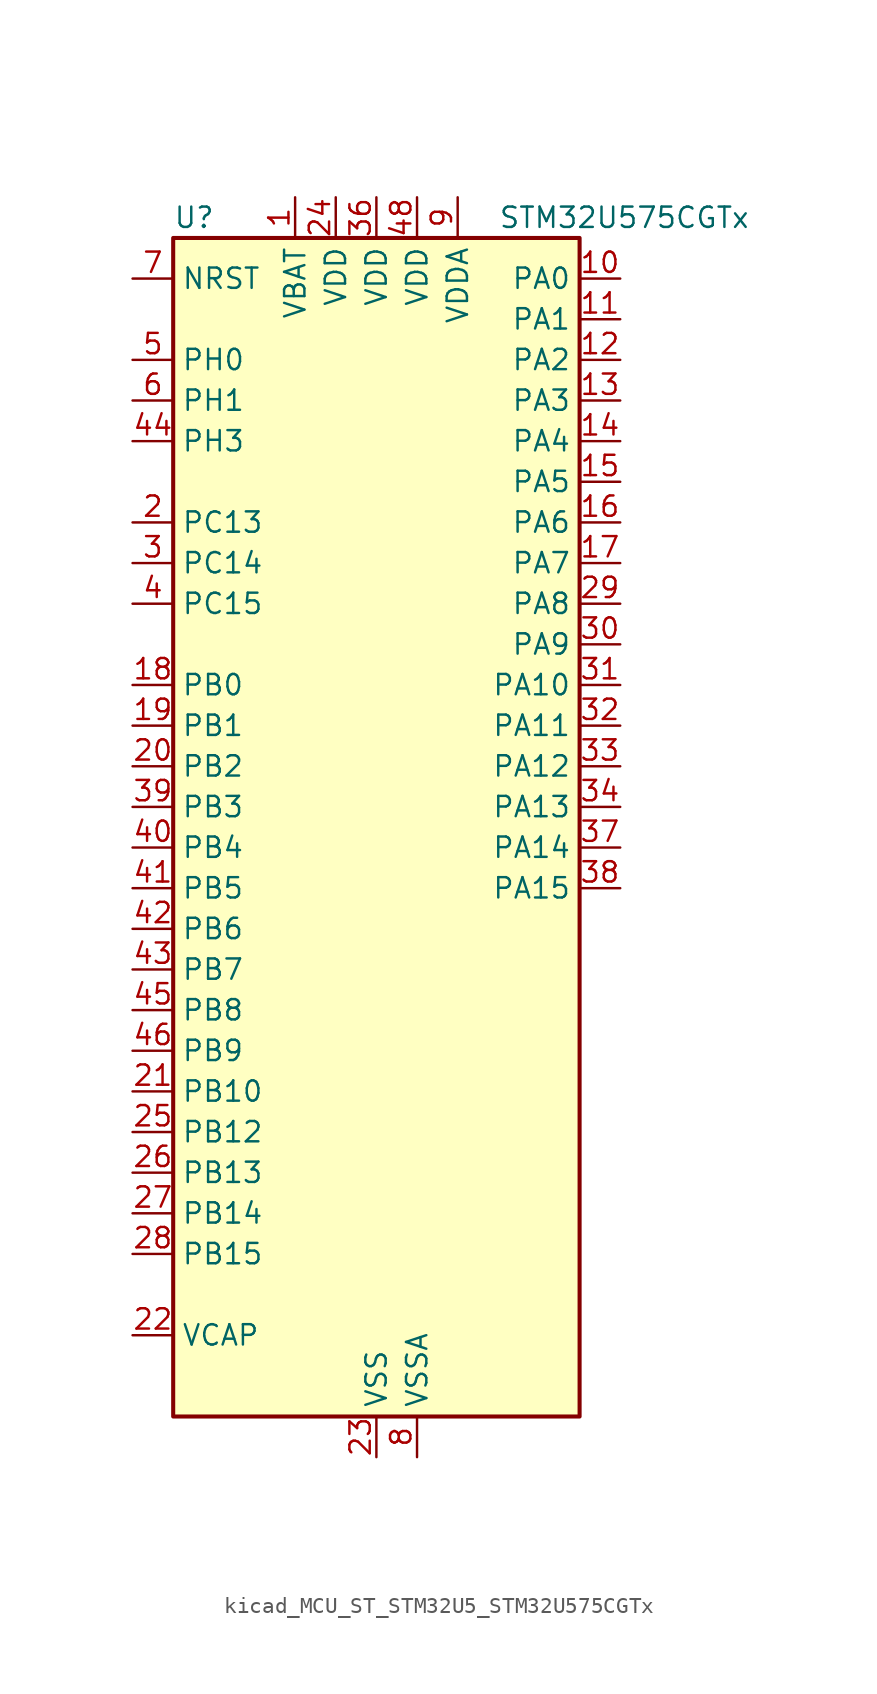
<source format=kicad_sym>
(kicad_symbol_lib
  (version 20220914)
  (generator kicad_symbol_editor)
  (symbol "kicad_MCU_ST_STM32U5_STM32U575CGTx"
    (property "Reference" "U"
      (at -12.7 39.37 0)
      (effects (font (size 1.27 1.27)) (justify left)))
    (property "Value" "STM32U575CGTx"
      (at 7.62 39.37 0)
      (effects (font (size 1.27 1.27)) (justify left)))
    (property "ki_locked" ""
      (at 0 0 0)
      (effects (font (size 1.27 1.27))))
    (symbol "kicad_MCU_ST_STM32U5_STM32U575CGTx_0_1"
      (rectangle (start -12.7 -35.56) (end 12.7 38.1) (stroke (width 0.254) (type default)) (fill (type background))))
    (symbol "kicad_MCU_ST_STM32U5_STM32U575CGTx_1_1"
      (pin power_in line (at -5.08 40.64 270) (length 2.54) (name "VBAT" (effects (font (size 1.27 1.27)))) (number "1" (effects (font (size 1.27 1.27)))))
      (pin bidirectional line (at 15.24 35.56 180) (length 2.54) (name "PA0" (effects (font (size 1.27 1.27)))) (number "10" (effects (font (size 1.27 1.27)))) (alternate "ADC1_IN5" bidirectional line) (alternate "AUDIOCLK" bidirectional line) (alternate "OCTOSPIM_P2_NCS" bidirectional line) (alternate "OPAMP1_VINP" bidirectional line) (alternate "PWR_WKUP1" bidirectional line) (alternate "SPI3_RDY" bidirectional line) (alternate "TAMP_IN2" bidirectional line) (alternate "TAMP_OUT1" bidirectional line) (alternate "TIM2_CH1" bidirectional line) (alternate "TIM2_ETR" bidirectional line) (alternate "TIM5_CH1" bidirectional line) (alternate "TIM8_ETR" bidirectional line) (alternate "UART4_TX" bidirectional line) (alternate "USART2_CTS" bidirectional line))
      (pin bidirectional line (at 15.24 33.02 180) (length 2.54) (name "PA1" (effects (font (size 1.27 1.27)))) (number "11" (effects (font (size 1.27 1.27)))) (alternate "ADC1_IN6" bidirectional line) (alternate "I2C1_SMBA" bidirectional line) (alternate "LPTIM1_CH2" bidirectional line) (alternate "OCTOSPIM_P1_DQS" bidirectional line) (alternate "OPAMP1_VINM" bidirectional line) (alternate "PWR_WKUP3" bidirectional line) (alternate "SPI1_SCK" bidirectional line) (alternate "TAMP_IN5" bidirectional line) (alternate "TAMP_OUT4" bidirectional line) (alternate "TIM15_CH1N" bidirectional line) (alternate "TIM2_CH2" bidirectional line) (alternate "TIM5_CH2" bidirectional line) (alternate "UART4_RX" bidirectional line) (alternate "USART2_DE" bidirectional line) (alternate "USART2_RTS" bidirectional line))
      (pin bidirectional line (at 15.24 30.48 180) (length 2.54) (name "PA2" (effects (font (size 1.27 1.27)))) (number "12" (effects (font (size 1.27 1.27)))) (alternate "ADC1_IN7" bidirectional line) (alternate "COMP1_INP" bidirectional line) (alternate "LPUART1_TX" bidirectional line) (alternate "OCTOSPIM_P1_NCS" bidirectional line) (alternate "PWR_WKUP4" bidirectional line) (alternate "RCC_LSCO" bidirectional line) (alternate "SPI1_RDY" bidirectional line) (alternate "TIM15_CH1" bidirectional line) (alternate "TIM2_CH3" bidirectional line) (alternate "TIM5_CH3" bidirectional line) (alternate "UCPD1_FRSTX1" bidirectional line) (alternate "USART2_TX" bidirectional line))
      (pin bidirectional line (at 15.24 27.94 180) (length 2.54) (name "PA3" (effects (font (size 1.27 1.27)))) (number "13" (effects (font (size 1.27 1.27)))) (alternate "ADC1_IN8" bidirectional line) (alternate "LPUART1_RX" bidirectional line) (alternate "OCTOSPIM_P1_CLK" bidirectional line) (alternate "OPAMP1_VOUT" bidirectional line) (alternate "PWR_WKUP5" bidirectional line) (alternate "SAI1_CK1" bidirectional line) (alternate "SAI1_MCLK_A" bidirectional line) (alternate "TIM15_CH2" bidirectional line) (alternate "TIM2_CH4" bidirectional line) (alternate "TIM5_CH4" bidirectional line) (alternate "USART2_RX" bidirectional line))
      (pin bidirectional line (at 15.24 25.4 180) (length 2.54) (name "PA4" (effects (font (size 1.27 1.27)))) (number "14" (effects (font (size 1.27 1.27)))) (alternate "ADC1_IN9" bidirectional line) (alternate "ADC4_IN9" bidirectional line) (alternate "DAC1_OUT1" bidirectional line) (alternate "LPTIM2_CH1" bidirectional line) (alternate "OCTOSPIM_P1_NCS" bidirectional line) (alternate "PWR_WKUP2" bidirectional line) (alternate "SAI1_FS_B" bidirectional line) (alternate "SPI1_NSS" bidirectional line) (alternate "SPI3_NSS" bidirectional line) (alternate "USART2_CK" bidirectional line))
      (pin bidirectional line (at 15.24 22.86 180) (length 2.54) (name "PA5" (effects (font (size 1.27 1.27)))) (number "15" (effects (font (size 1.27 1.27)))) (alternate "ADC1_IN10" bidirectional line) (alternate "ADC4_IN10" bidirectional line) (alternate "DAC1_OUT2" bidirectional line) (alternate "LPTIM2_ETR" bidirectional line) (alternate "PWR_CSLEEP" bidirectional line) (alternate "PWR_WKUP6" bidirectional line) (alternate "SPI1_SCK" bidirectional line) (alternate "TIM2_CH1" bidirectional line) (alternate "TIM2_ETR" bidirectional line) (alternate "TIM8_CH1N" bidirectional line) (alternate "USART3_RX" bidirectional line))
      (pin bidirectional line (at 15.24 20.32 180) (length 2.54) (name "PA6" (effects (font (size 1.27 1.27)))) (number "16" (effects (font (size 1.27 1.27)))) (alternate "ADC1_IN11" bidirectional line) (alternate "ADC4_IN11" bidirectional line) (alternate "LPUART1_CTS" bidirectional line) (alternate "OCTOSPIM_P1_IO3" bidirectional line) (alternate "OPAMP2_VINP" bidirectional line) (alternate "PWR_CDSTOP" bidirectional line) (alternate "PWR_WKUP7" bidirectional line) (alternate "SPI1_MISO" bidirectional line) (alternate "TIM16_CH1" bidirectional line) (alternate "TIM1_BKIN" bidirectional line) (alternate "TIM3_CH1" bidirectional line) (alternate "TIM8_BKIN" bidirectional line) (alternate "USART3_CTS" bidirectional line))
      (pin bidirectional line (at 15.24 17.78 180) (length 2.54) (name "PA7" (effects (font (size 1.27 1.27)))) (number "17" (effects (font (size 1.27 1.27)))) (alternate "ADC1_IN12" bidirectional line) (alternate "ADC4_IN20" bidirectional line) (alternate "I2C3_SCL" bidirectional line) (alternate "LPTIM2_CH2" bidirectional line) (alternate "OCTOSPIM_P1_IO2" bidirectional line) (alternate "OPAMP2_VINM" bidirectional line) (alternate "PWR_SRDSTOP" bidirectional line) (alternate "PWR_WKUP8" bidirectional line) (alternate "SPI1_MOSI" bidirectional line) (alternate "TIM17_CH1" bidirectional line) (alternate "TIM1_CH1N" bidirectional line) (alternate "TIM3_CH2" bidirectional line) (alternate "TIM8_CH1N" bidirectional line) (alternate "USART3_TX" bidirectional line))
      (pin bidirectional line (at -15.24 10.16 0) (length 2.54) (name "PB0" (effects (font (size 1.27 1.27)))) (number "18" (effects (font (size 1.27 1.27)))) (alternate "ADC1_IN15" bidirectional line) (alternate "ADC4_IN18" bidirectional line) (alternate "AUDIOCLK" bidirectional line) (alternate "COMP1_OUT" bidirectional line) (alternate "LPTIM3_CH1" bidirectional line) (alternate "OCTOSPIM_P1_IO1" bidirectional line) (alternate "OPAMP2_VOUT" bidirectional line) (alternate "SPI1_NSS" bidirectional line) (alternate "TIM1_CH2N" bidirectional line) (alternate "TIM3_CH3" bidirectional line) (alternate "TIM8_CH2N" bidirectional line) (alternate "USART3_CK" bidirectional line))
      (pin bidirectional line (at -15.24 7.62 0) (length 2.54) (name "PB1" (effects (font (size 1.27 1.27)))) (number "19" (effects (font (size 1.27 1.27)))) (alternate "ADC1_IN16" bidirectional line) (alternate "ADC4_IN19" bidirectional line) (alternate "COMP1_INM" bidirectional line) (alternate "LPTIM2_IN1" bidirectional line) (alternate "LPTIM3_CH2" bidirectional line) (alternate "LPUART1_DE" bidirectional line) (alternate "LPUART1_RTS" bidirectional line) (alternate "MDF1_SDI0" bidirectional line) (alternate "OCTOSPIM_P1_IO0" bidirectional line) (alternate "PWR_WKUP4" bidirectional line) (alternate "TIM1_CH3N" bidirectional line) (alternate "TIM3_CH4" bidirectional line) (alternate "TIM8_CH3N" bidirectional line) (alternate "USART3_DE" bidirectional line) (alternate "USART3_RTS" bidirectional line))
      (pin bidirectional line (at -15.24 20.32 0) (length 2.54) (name "PC13" (effects (font (size 1.27 1.27)))) (number "2" (effects (font (size 1.27 1.27)))) (alternate "PWR_WKUP2" bidirectional line) (alternate "RTC_OUT1" bidirectional line) (alternate "RTC_TS" bidirectional line) (alternate "TAMP_IN1" bidirectional line) (alternate "TAMP_OUT2" bidirectional line))
      (pin bidirectional line (at -15.24 5.08 0) (length 2.54) (name "PB2" (effects (font (size 1.27 1.27)))) (number "20" (effects (font (size 1.27 1.27)))) (alternate "ADC1_IN17" bidirectional line) (alternate "COMP1_INP" bidirectional line) (alternate "I2C3_SMBA" bidirectional line) (alternate "LPTIM1_CH1" bidirectional line) (alternate "MDF1_CKI0" bidirectional line) (alternate "OCTOSPIM_P1_DQS" bidirectional line) (alternate "PWR_WKUP1" bidirectional line) (alternate "RTC_OUT2" bidirectional line) (alternate "SPI1_RDY" bidirectional line) (alternate "TIM8_CH4N" bidirectional line) (alternate "UCPD1_FRSTX1" bidirectional line))
      (pin bidirectional line (at -15.24 -15.24 0) (length 2.54) (name "PB10" (effects (font (size 1.27 1.27)))) (number "21" (effects (font (size 1.27 1.27)))) (alternate "COMP1_OUT" bidirectional line) (alternate "I2C2_SCL" bidirectional line) (alternate "I2C4_SCL" bidirectional line) (alternate "LPTIM3_CH1" bidirectional line) (alternate "LPUART1_RX" bidirectional line) (alternate "OCTOSPIM_P1_CLK" bidirectional line) (alternate "PWR_WKUP8" bidirectional line) (alternate "SAI1_SCK_A" bidirectional line) (alternate "SPI2_SCK" bidirectional line) (alternate "TIM2_CH3" bidirectional line) (alternate "TSC_SYNC" bidirectional line) (alternate "USART3_TX" bidirectional line))
      (pin power_out line (at -15.24 -30.48 0) (length 2.54) (name "VCAP" (effects (font (size 1.27 1.27)))) (number "22" (effects (font (size 1.27 1.27)))))
      (pin power_in line (at 0 -38.1 90) (length 2.54) (name "VSS" (effects (font (size 1.27 1.27)))) (number "23" (effects (font (size 1.27 1.27)))))
      (pin power_in line (at -2.54 40.64 270) (length 2.54) (name "VDD" (effects (font (size 1.27 1.27)))) (number "24" (effects (font (size 1.27 1.27)))))
      (pin bidirectional line (at -15.24 -17.78 0) (length 2.54) (name "PB12" (effects (font (size 1.27 1.27)))) (number "25" (effects (font (size 1.27 1.27)))) (alternate "I2C2_SMBA" bidirectional line) (alternate "LPUART1_DE" bidirectional line) (alternate "LPUART1_RTS" bidirectional line) (alternate "MDF1_SDI1" bidirectional line) (alternate "OCTOSPIM_P1_NCLK" bidirectional line) (alternate "SPI2_NSS" bidirectional line) (alternate "TIM15_BKIN" bidirectional line) (alternate "TIM1_BKIN" bidirectional line) (alternate "TSC_G1_IO1" bidirectional line) (alternate "USART3_CK" bidirectional line))
      (pin bidirectional line (at -15.24 -20.32 0) (length 2.54) (name "PB13" (effects (font (size 1.27 1.27)))) (number "26" (effects (font (size 1.27 1.27)))) (alternate "I2C2_SCL" bidirectional line) (alternate "LPTIM3_IN1" bidirectional line) (alternate "LPUART1_CTS" bidirectional line) (alternate "MDF1_CKI1" bidirectional line) (alternate "SPI2_SCK" bidirectional line) (alternate "TIM15_CH1N" bidirectional line) (alternate "TIM1_CH1N" bidirectional line) (alternate "TSC_G1_IO2" bidirectional line) (alternate "USART3_CTS" bidirectional line))
      (pin bidirectional line (at -15.24 -22.86 0) (length 2.54) (name "PB14" (effects (font (size 1.27 1.27)))) (number "27" (effects (font (size 1.27 1.27)))) (alternate "I2C2_SDA" bidirectional line) (alternate "LPTIM3_ETR" bidirectional line) (alternate "MDF1_SDI2" bidirectional line) (alternate "SPI2_MISO" bidirectional line) (alternate "TIM15_CH1" bidirectional line) (alternate "TIM1_CH2N" bidirectional line) (alternate "TIM8_CH2N" bidirectional line) (alternate "TSC_G1_IO3" bidirectional line) (alternate "UCPD1_DBCC2" bidirectional line) (alternate "USART3_DE" bidirectional line) (alternate "USART3_RTS" bidirectional line))
      (pin bidirectional line (at -15.24 -25.4 0) (length 2.54) (name "PB15" (effects (font (size 1.27 1.27)))) (number "28" (effects (font (size 1.27 1.27)))) (alternate "ADC1_EXTI15" bidirectional line) (alternate "ADC4_EXTI15" bidirectional line) (alternate "LPTIM2_IN2" bidirectional line) (alternate "MDF1_CKI2" bidirectional line) (alternate "PWR_WKUP7" bidirectional line) (alternate "RTC_REFIN" bidirectional line) (alternate "SPI2_MOSI" bidirectional line) (alternate "TIM15_CH2" bidirectional line) (alternate "TIM1_CH3N" bidirectional line) (alternate "TIM8_CH3N" bidirectional line) (alternate "UCPD1_CC2" bidirectional line))
      (pin bidirectional line (at 15.24 15.24 180) (length 2.54) (name "PA8" (effects (font (size 1.27 1.27)))) (number "29" (effects (font (size 1.27 1.27)))) (alternate "DEBUG_TRACECLK" bidirectional line) (alternate "LPTIM2_CH1" bidirectional line) (alternate "RCC_MCO" bidirectional line) (alternate "SAI1_CK2" bidirectional line) (alternate "SAI1_SCK_A" bidirectional line) (alternate "SPI1_RDY" bidirectional line) (alternate "TIM1_CH1" bidirectional line) (alternate "USART1_CK" bidirectional line) (alternate "USB_OTG_FS_SOF" bidirectional line))
      (pin bidirectional line (at -15.24 17.78 0) (length 2.54) (name "PC14" (effects (font (size 1.27 1.27)))) (number "3" (effects (font (size 1.27 1.27)))) (alternate "RCC_OSC32_IN" bidirectional line))
      (pin bidirectional line (at 15.24 12.7 180) (length 2.54) (name "PA9" (effects (font (size 1.27 1.27)))) (number "30" (effects (font (size 1.27 1.27)))) (alternate "DAC1_EXTI9" bidirectional line) (alternate "SAI1_FS_A" bidirectional line) (alternate "SPI2_SCK" bidirectional line) (alternate "TIM15_BKIN" bidirectional line) (alternate "TIM1_CH2" bidirectional line) (alternate "USART1_TX" bidirectional line) (alternate "USB_OTG_FS_VBUS" bidirectional line))
      (pin bidirectional line (at 15.24 10.16 180) (length 2.54) (name "PA10" (effects (font (size 1.27 1.27)))) (number "31" (effects (font (size 1.27 1.27)))) (alternate "CRS_SYNC" bidirectional line) (alternate "LPTIM2_IN2" bidirectional line) (alternate "SAI1_D1" bidirectional line) (alternate "SAI1_SD_A" bidirectional line) (alternate "TIM17_BKIN" bidirectional line) (alternate "TIM1_CH3" bidirectional line) (alternate "USART1_RX" bidirectional line) (alternate "USB_OTG_FS_ID" bidirectional line))
      (pin bidirectional line (at 15.24 7.62 180) (length 2.54) (name "PA11" (effects (font (size 1.27 1.27)))) (number "32" (effects (font (size 1.27 1.27)))) (alternate "ADC1_EXTI11" bidirectional line) (alternate "FDCAN1_RX" bidirectional line) (alternate "SPI1_MISO" bidirectional line) (alternate "TIM1_BKIN2" bidirectional line) (alternate "TIM1_CH4" bidirectional line) (alternate "USART1_CTS" bidirectional line) (alternate "USB_OTG_FS_DM" bidirectional line))
      (pin bidirectional line (at 15.24 5.08 180) (length 2.54) (name "PA12" (effects (font (size 1.27 1.27)))) (number "33" (effects (font (size 1.27 1.27)))) (alternate "FDCAN1_TX" bidirectional line) (alternate "OCTOSPIM_P2_NCS" bidirectional line) (alternate "SPI1_MOSI" bidirectional line) (alternate "TIM1_ETR" bidirectional line) (alternate "USART1_DE" bidirectional line) (alternate "USART1_RTS" bidirectional line) (alternate "USB_OTG_FS_DP" bidirectional line))
      (pin bidirectional line (at 15.24 2.54 180) (length 2.54) (name "PA13" (effects (font (size 1.27 1.27)))) (number "34" (effects (font (size 1.27 1.27)))) (alternate "DEBUG_JTMS-SWDIO" bidirectional line) (alternate "IR_OUT" bidirectional line) (alternate "SAI1_SD_B" bidirectional line) (alternate "USB_OTG_FS_NOE" bidirectional line))
      (pin passive line (at 0 -38.1 90) (length 2.54) hide (name "VSS" (effects (font (size 1.27 1.27)))) (number "35" (effects (font (size 1.27 1.27)))))
      (pin power_in line (at 0 40.64 270) (length 2.54) (name "VDD" (effects (font (size 1.27 1.27)))) (number "36" (effects (font (size 1.27 1.27)))))
      (pin bidirectional line (at 15.24 0 180) (length 2.54) (name "PA14" (effects (font (size 1.27 1.27)))) (number "37" (effects (font (size 1.27 1.27)))) (alternate "DEBUG_JTCK-SWCLK" bidirectional line) (alternate "I2C1_SMBA" bidirectional line) (alternate "I2C4_SMBA" bidirectional line) (alternate "LPTIM1_CH1" bidirectional line) (alternate "SAI1_FS_B" bidirectional line) (alternate "USB_OTG_FS_SOF" bidirectional line))
      (pin bidirectional line (at 15.24 -2.54 180) (length 2.54) (name "PA15" (effects (font (size 1.27 1.27)))) (number "38" (effects (font (size 1.27 1.27)))) (alternate "ADC1_EXTI15" bidirectional line) (alternate "ADC4_EXTI15" bidirectional line) (alternate "DEBUG_JTDI" bidirectional line) (alternate "SPI1_NSS" bidirectional line) (alternate "SPI3_NSS" bidirectional line) (alternate "TIM2_CH1" bidirectional line) (alternate "TIM2_ETR" bidirectional line) (alternate "UART4_DE" bidirectional line) (alternate "UART4_RTS" bidirectional line) (alternate "UCPD1_CC1" bidirectional line) (alternate "USART2_RX" bidirectional line) (alternate "USART3_DE" bidirectional line) (alternate "USART3_RTS" bidirectional line))
      (pin bidirectional line (at -15.24 2.54 0) (length 2.54) (name "PB3" (effects (font (size 1.27 1.27)))) (number "39" (effects (font (size 1.27 1.27)))) (alternate "ADF1_CCK0" bidirectional line) (alternate "COMP2_INM" bidirectional line) (alternate "CRS_SYNC" bidirectional line) (alternate "DEBUG_JTDO-SWO" bidirectional line) (alternate "I2C1_SDA" bidirectional line) (alternate "LPTIM1_CH1" bidirectional line) (alternate "SAI1_SCK_B" bidirectional line) (alternate "SPI1_SCK" bidirectional line) (alternate "SPI3_SCK" bidirectional line) (alternate "TIM2_CH2" bidirectional line) (alternate "USART1_DE" bidirectional line) (alternate "USART1_RTS" bidirectional line))
      (pin bidirectional line (at -15.24 15.24 0) (length 2.54) (name "PC15" (effects (font (size 1.27 1.27)))) (number "4" (effects (font (size 1.27 1.27)))) (alternate "ADC1_EXTI15" bidirectional line) (alternate "ADC4_EXTI15" bidirectional line) (alternate "RCC_OSC32_OUT" bidirectional line))
      (pin bidirectional line (at -15.24 0 0) (length 2.54) (name "PB4" (effects (font (size 1.27 1.27)))) (number "40" (effects (font (size 1.27 1.27)))) (alternate "ADF1_SDI0" bidirectional line) (alternate "COMP2_INP" bidirectional line) (alternate "DEBUG_JTRST" bidirectional line) (alternate "I2C3_SDA" bidirectional line) (alternate "LPTIM1_CH2" bidirectional line) (alternate "SAI1_MCLK_B" bidirectional line) (alternate "SPI1_MISO" bidirectional line) (alternate "SPI3_MISO" bidirectional line) (alternate "TIM17_BKIN" bidirectional line) (alternate "TIM3_CH1" bidirectional line) (alternate "TSC_G2_IO1" bidirectional line) (alternate "USART1_CTS" bidirectional line))
      (pin bidirectional line (at -15.24 -2.54 0) (length 2.54) (name "PB5" (effects (font (size 1.27 1.27)))) (number "41" (effects (font (size 1.27 1.27)))) (alternate "COMP2_OUT" bidirectional line) (alternate "I2C1_SMBA" bidirectional line) (alternate "LPTIM1_IN1" bidirectional line) (alternate "OCTOSPIM_P1_NCLK" bidirectional line) (alternate "PWR_WKUP6" bidirectional line) (alternate "SAI1_SD_B" bidirectional line) (alternate "SPI1_MOSI" bidirectional line) (alternate "SPI3_MOSI" bidirectional line) (alternate "TIM16_BKIN" bidirectional line) (alternate "TIM3_CH2" bidirectional line) (alternate "TSC_G2_IO2" bidirectional line) (alternate "UCPD1_DBCC1" bidirectional line) (alternate "USART1_CK" bidirectional line))
      (pin bidirectional line (at -15.24 -5.08 0) (length 2.54) (name "PB6" (effects (font (size 1.27 1.27)))) (number "42" (effects (font (size 1.27 1.27)))) (alternate "COMP2_INP" bidirectional line) (alternate "I2C1_SCL" bidirectional line) (alternate "I2C4_SCL" bidirectional line) (alternate "LPTIM1_ETR" bidirectional line) (alternate "MDF1_SDI5" bidirectional line) (alternate "PWR_WKUP3" bidirectional line) (alternate "SAI1_FS_B" bidirectional line) (alternate "TIM16_CH1N" bidirectional line) (alternate "TIM4_CH1" bidirectional line) (alternate "TIM8_BKIN2" bidirectional line) (alternate "TSC_G2_IO3" bidirectional line) (alternate "USART1_TX" bidirectional line))
      (pin bidirectional line (at -15.24 -7.62 0) (length 2.54) (name "PB7" (effects (font (size 1.27 1.27)))) (number "43" (effects (font (size 1.27 1.27)))) (alternate "COMP2_INM" bidirectional line) (alternate "I2C1_SDA" bidirectional line) (alternate "I2C4_SDA" bidirectional line) (alternate "LPTIM1_IN2" bidirectional line) (alternate "MDF1_CKI5" bidirectional line) (alternate "PWR_PVD_IN" bidirectional line) (alternate "PWR_WKUP4" bidirectional line) (alternate "TIM17_CH1N" bidirectional line) (alternate "TIM4_CH2" bidirectional line) (alternate "TIM8_BKIN" bidirectional line) (alternate "TSC_G2_IO4" bidirectional line) (alternate "UART4_CTS" bidirectional line) (alternate "USART1_RX" bidirectional line))
      (pin bidirectional line (at -15.24 25.4 0) (length 2.54) (name "PH3" (effects (font (size 1.27 1.27)))) (number "44" (effects (font (size 1.27 1.27)))))
      (pin bidirectional line (at -15.24 -10.16 0) (length 2.54) (name "PB8" (effects (font (size 1.27 1.27)))) (number "45" (effects (font (size 1.27 1.27)))) (alternate "FDCAN1_RX" bidirectional line) (alternate "I2C1_SCL" bidirectional line) (alternate "MDF1_CCK0" bidirectional line) (alternate "PWR_WKUP5" bidirectional line) (alternate "SAI1_CK1" bidirectional line) (alternate "SAI1_MCLK_A" bidirectional line) (alternate "SPI3_RDY" bidirectional line) (alternate "TIM16_CH1" bidirectional line) (alternate "TIM4_CH3" bidirectional line))
      (pin bidirectional line (at -15.24 -12.7 0) (length 2.54) (name "PB9" (effects (font (size 1.27 1.27)))) (number "46" (effects (font (size 1.27 1.27)))) (alternate "DAC1_EXTI9" bidirectional line) (alternate "FDCAN1_TX" bidirectional line) (alternate "I2C1_SDA" bidirectional line) (alternate "IR_OUT" bidirectional line) (alternate "SAI1_D2" bidirectional line) (alternate "SAI1_FS_A" bidirectional line) (alternate "SPI2_NSS" bidirectional line) (alternate "TIM17_CH1" bidirectional line) (alternate "TIM4_CH4" bidirectional line))
      (pin passive line (at 0 -38.1 90) (length 2.54) hide (name "VSS" (effects (font (size 1.27 1.27)))) (number "47" (effects (font (size 1.27 1.27)))))
      (pin power_in line (at 2.54 40.64 270) (length 2.54) (name "VDD" (effects (font (size 1.27 1.27)))) (number "48" (effects (font (size 1.27 1.27)))))
      (pin bidirectional line (at -15.24 30.48 0) (length 2.54) (name "PH0" (effects (font (size 1.27 1.27)))) (number "5" (effects (font (size 1.27 1.27)))) (alternate "RCC_OSC_IN" bidirectional line))
      (pin bidirectional line (at -15.24 27.94 0) (length 2.54) (name "PH1" (effects (font (size 1.27 1.27)))) (number "6" (effects (font (size 1.27 1.27)))) (alternate "RCC_OSC_OUT" bidirectional line))
      (pin input line (at -15.24 35.56 0) (length 2.54) (name "NRST" (effects (font (size 1.27 1.27)))) (number "7" (effects (font (size 1.27 1.27)))))
      (pin power_in line (at 2.54 -38.1 90) (length 2.54) (name "VSSA" (effects (font (size 1.27 1.27)))) (number "8" (effects (font (size 1.27 1.27)))))
      (pin power_in line (at 5.08 40.64 270) (length 2.54) (name "VDDA" (effects (font (size 1.27 1.27)))) (number "9" (effects (font (size 1.27 1.27))))))))
</source>
